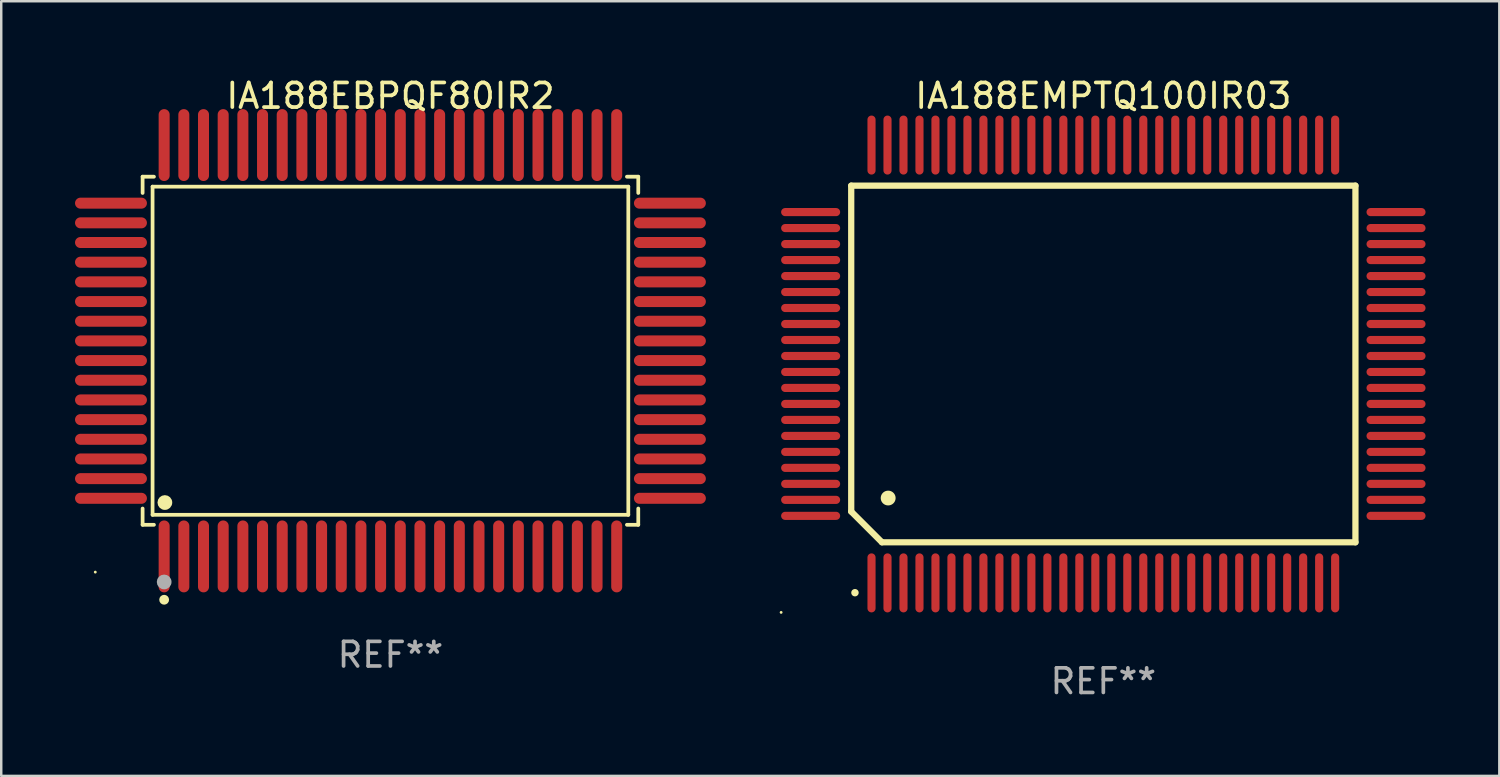
<source format=kicad_pcb>
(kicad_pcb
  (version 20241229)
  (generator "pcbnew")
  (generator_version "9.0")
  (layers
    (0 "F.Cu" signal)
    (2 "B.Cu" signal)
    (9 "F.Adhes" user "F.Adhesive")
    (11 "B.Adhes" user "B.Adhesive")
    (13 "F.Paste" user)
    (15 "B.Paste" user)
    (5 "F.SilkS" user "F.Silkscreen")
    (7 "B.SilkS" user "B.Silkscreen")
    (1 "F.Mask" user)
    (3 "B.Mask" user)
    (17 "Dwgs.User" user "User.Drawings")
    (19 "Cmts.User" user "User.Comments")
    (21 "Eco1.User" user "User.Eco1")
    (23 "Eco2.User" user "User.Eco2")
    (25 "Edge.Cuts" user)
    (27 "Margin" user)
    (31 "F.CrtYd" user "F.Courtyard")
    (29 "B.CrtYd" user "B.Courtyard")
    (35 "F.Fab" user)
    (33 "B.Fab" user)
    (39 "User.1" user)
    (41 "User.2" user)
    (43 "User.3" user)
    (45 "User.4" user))
  (footprint "IA188EMPTQ100IR03"
    (layer "F.Cu")
    (at 41.808 11.748)
    (property "Reference" "IA188EMPTQ100IR03" (at 0 -10.9 0) (layer "F.SilkS") (effects (font (size 1 1) (thickness 0.15))))
    (attr through_hole)
    (fp_line (start -10.25 -7.25) (end 10.25 -7.25) (stroke (width 0.254) (type solid)) (layer "F.SilkS"))
    (fp_line (start -10.25 6) (end -10.25 -7.25) (stroke (width 0.254) (type solid)) (layer "F.SilkS"))
    (fp_line (start -9 7.25) (end -10.25 6) (stroke (width 0.254) (type solid)) (layer "F.SilkS"))
    (fp_line (start 10.25 -7.25) (end 10.25 7.25) (stroke (width 0.254) (type solid)) (layer "F.SilkS"))
    (fp_line (start 10.25 7.25) (end -9 7.25) (stroke (width 0.254) (type solid)) (layer "F.SilkS"))
    (fp_arc (start -10.09906 9.298959) (mid -10.09779 9.298954) (end -10.09652 9.298959) (stroke (width 0.3) (type solid)) (layer "F.SilkS"))
    (fp_arc (start -8.750318 5.450851) (mid -8.747778 5.45084) (end -8.745238 5.450851) (stroke (width 0.6) (type solid)) (layer "F.SilkS"))
    (fp_circle (center -13.1 10.1) (end -13.07 10.1) (stroke (width 0.06) (type solid)) (fill no) (layer "F.SilkS"))
    (fp_text user "REF**" (at 0 12.9 0) (layer "F.Fab") (effects (font (size 1 1) (thickness 0.15))))
    (pad "1" smd oval (at -9.425 8.9 180) (size 0.33 2.4) (layers "F.Cu" "F.Mask" "F.Paste"))
    (pad "2" smd oval (at -8.775 8.9 180) (size 0.33 2.4) (layers "F.Cu" "F.Mask" "F.Paste"))
    (pad "3" smd oval (at -8.125 8.9 180) (size 0.33 2.4) (layers "F.Cu" "F.Mask" "F.Paste"))
    (pad "4" smd oval (at -7.475 8.9 180) (size 0.33 2.4) (layers "F.Cu" "F.Mask" "F.Paste"))
    (pad "5" smd oval (at -6.825 8.9 180) (size 0.33 2.4) (layers "F.Cu" "F.Mask" "F.Paste"))
    (pad "6" smd oval (at -6.175 8.9 180) (size 0.33 2.4) (layers "F.Cu" "F.Mask" "F.Paste"))
    (pad "7" smd oval (at -5.525 8.9 180) (size 0.33 2.4) (layers "F.Cu" "F.Mask" "F.Paste"))
    (pad "8" smd oval (at -4.875 8.9 180) (size 0.33 2.4) (layers "F.Cu" "F.Mask" "F.Paste"))
    (pad "9" smd oval (at -4.225 8.9 180) (size 0.33 2.4) (layers "F.Cu" "F.Mask" "F.Paste"))
    (pad "10" smd oval (at -3.575 8.9 180) (size 0.33 2.4) (layers "F.Cu" "F.Mask" "F.Paste"))
    (pad "11" smd oval (at -2.925 8.9 180) (size 0.33 2.4) (layers "F.Cu" "F.Mask" "F.Paste"))
    (pad "12" smd oval (at -2.275 8.9 180) (size 0.33 2.4) (layers "F.Cu" "F.Mask" "F.Paste"))
    (pad "13" smd oval (at -1.625 8.9 180) (size 0.33 2.4) (layers "F.Cu" "F.Mask" "F.Paste"))
    (pad "14" smd oval (at -0.975 8.9 180) (size 0.33 2.4) (layers "F.Cu" "F.Mask" "F.Paste"))
    (pad "15" smd oval (at -0.325 8.9 180) (size 0.33 2.4) (layers "F.Cu" "F.Mask" "F.Paste"))
    (pad "16" smd oval (at 0.325 8.9 180) (size 0.33 2.4) (layers "F.Cu" "F.Mask" "F.Paste"))
    (pad "17" smd oval (at 0.975 8.9 180) (size 0.33 2.4) (layers "F.Cu" "F.Mask" "F.Paste"))
    (pad "18" smd oval (at 1.625 8.9 180) (size 0.33 2.4) (layers "F.Cu" "F.Mask" "F.Paste"))
    (pad "19" smd oval (at 2.275 8.9 180) (size 0.33 2.4) (layers "F.Cu" "F.Mask" "F.Paste"))
    (pad "20" smd oval (at 2.925 8.9 180) (size 0.33 2.4) (layers "F.Cu" "F.Mask" "F.Paste"))
    (pad "21" smd oval (at 3.575 8.9 180) (size 0.33 2.4) (layers "F.Cu" "F.Mask" "F.Paste"))
    (pad "22" smd oval (at 4.225 8.9 180) (size 0.33 2.4) (layers "F.Cu" "F.Mask" "F.Paste"))
    (pad "23" smd oval (at 4.875 8.9 180) (size 0.33 2.4) (layers "F.Cu" "F.Mask" "F.Paste"))
    (pad "24" smd oval (at 5.525 8.9 180) (size 0.33 2.4) (layers "F.Cu" "F.Mask" "F.Paste"))
    (pad "25" smd oval (at 6.175 8.9 180) (size 0.33 2.4) (layers "F.Cu" "F.Mask" "F.Paste"))
    (pad "26" smd oval (at 6.825 8.9 180) (size 0.33 2.4) (layers "F.Cu" "F.Mask" "F.Paste"))
    (pad "27" smd oval (at 7.475 8.9 180) (size 0.33 2.4) (layers "F.Cu" "F.Mask" "F.Paste"))
    (pad "28" smd oval (at 8.125 8.9 180) (size 0.33 2.4) (layers "F.Cu" "F.Mask" "F.Paste"))
    (pad "29" smd oval (at 8.775 8.9 180) (size 0.33 2.4) (layers "F.Cu" "F.Mask" "F.Paste"))
    (pad "30" smd oval (at 9.425 8.9 180) (size 0.33 2.4) (layers "F.Cu" "F.Mask" "F.Paste"))
    (pad "31" smd oval (at 11.9 6.175 270) (size 0.33 2.4) (layers "F.Cu" "F.Mask" "F.Paste"))
    (pad "32" smd oval (at 11.9 5.525 270) (size 0.33 2.4) (layers "F.Cu" "F.Mask" "F.Paste"))
    (pad "33" smd oval (at 11.9 4.875 270) (size 0.33 2.4) (layers "F.Cu" "F.Mask" "F.Paste"))
    (pad "34" smd oval (at 11.9 4.225 270) (size 0.33 2.4) (layers "F.Cu" "F.Mask" "F.Paste"))
    (pad "35" smd oval (at 11.9 3.575 270) (size 0.33 2.4) (layers "F.Cu" "F.Mask" "F.Paste"))
    (pad "36" smd oval (at 11.9 2.925 270) (size 0.33 2.4) (layers "F.Cu" "F.Mask" "F.Paste"))
    (pad "37" smd oval (at 11.9 2.275 270) (size 0.33 2.4) (layers "F.Cu" "F.Mask" "F.Paste"))
    (pad "38" smd oval (at 11.9 1.625 270) (size 0.33 2.4) (layers "F.Cu" "F.Mask" "F.Paste"))
    (pad "39" smd oval (at 11.9 0.975 270) (size 0.33 2.4) (layers "F.Cu" "F.Mask" "F.Paste"))
    (pad "40" smd oval (at 11.9 0.325 270) (size 0.33 2.4) (layers "F.Cu" "F.Mask" "F.Paste"))
    (pad "41" smd oval (at 11.9 -0.325 270) (size 0.33 2.4) (layers "F.Cu" "F.Mask" "F.Paste"))
    (pad "42" smd oval (at 11.9 -0.975 270) (size 0.33 2.4) (layers "F.Cu" "F.Mask" "F.Paste"))
    (pad "43" smd oval (at 11.9 -1.625 270) (size 0.33 2.4) (layers "F.Cu" "F.Mask" "F.Paste"))
    (pad "44" smd oval (at 11.9 -2.275 270) (size 0.33 2.4) (layers "F.Cu" "F.Mask" "F.Paste"))
    (pad "45" smd oval (at 11.9 -2.925 270) (size 0.33 2.4) (layers "F.Cu" "F.Mask" "F.Paste"))
    (pad "46" smd oval (at 11.9 -3.575 270) (size 0.33 2.4) (layers "F.Cu" "F.Mask" "F.Paste"))
    (pad "47" smd oval (at 11.9 -4.225 270) (size 0.33 2.4) (layers "F.Cu" "F.Mask" "F.Paste"))
    (pad "48" smd oval (at 11.9 -4.875 270) (size 0.33 2.4) (layers "F.Cu" "F.Mask" "F.Paste"))
    (pad "49" smd oval (at 11.9 -5.525 270) (size 0.33 2.4) (layers "F.Cu" "F.Mask" "F.Paste"))
    (pad "50" smd oval (at 11.9 -6.175 270) (size 0.33 2.4) (layers "F.Cu" "F.Mask" "F.Paste"))
    (pad "51" smd oval (at 9.425 -8.9) (size 0.33 2.4) (layers "F.Cu" "F.Mask" "F.Paste"))
    (pad "52" smd oval (at 8.775 -8.9) (size 0.33 2.4) (layers "F.Cu" "F.Mask" "F.Paste"))
    (pad "53" smd oval (at 8.125 -8.9) (size 0.33 2.4) (layers "F.Cu" "F.Mask" "F.Paste"))
    (pad "54" smd oval (at 7.475 -8.9) (size 0.33 2.4) (layers "F.Cu" "F.Mask" "F.Paste"))
    (pad "55" smd oval (at 6.825 -8.9) (size 0.33 2.4) (layers "F.Cu" "F.Mask" "F.Paste"))
    (pad "56" smd oval (at 6.175 -8.9) (size 0.33 2.4) (layers "F.Cu" "F.Mask" "F.Paste"))
    (pad "57" smd oval (at 5.525 -8.9) (size 0.33 2.4) (layers "F.Cu" "F.Mask" "F.Paste"))
    (pad "58" smd oval (at 4.875 -8.9) (size 0.33 2.4) (layers "F.Cu" "F.Mask" "F.Paste"))
    (pad "59" smd oval (at 4.225 -8.9) (size 0.33 2.4) (layers "F.Cu" "F.Mask" "F.Paste"))
    (pad "60" smd oval (at 3.575 -8.9) (size 0.33 2.4) (layers "F.Cu" "F.Mask" "F.Paste"))
    (pad "61" smd oval (at 2.925 -8.9) (size 0.33 2.4) (layers "F.Cu" "F.Mask" "F.Paste"))
    (pad "62" smd oval (at 2.275 -8.9) (size 0.33 2.4) (layers "F.Cu" "F.Mask" "F.Paste"))
    (pad "63" smd oval (at 1.625 -8.9) (size 0.33 2.4) (layers "F.Cu" "F.Mask" "F.Paste"))
    (pad "64" smd oval (at 0.975 -8.9) (size 0.33 2.4) (layers "F.Cu" "F.Mask" "F.Paste"))
    (pad "65" smd oval (at 0.325 -8.9) (size 0.33 2.4) (layers "F.Cu" "F.Mask" "F.Paste"))
    (pad "66" smd oval (at -0.325 -8.9) (size 0.33 2.4) (layers "F.Cu" "F.Mask" "F.Paste"))
    (pad "67" smd oval (at -0.975 -8.9) (size 0.33 2.4) (layers "F.Cu" "F.Mask" "F.Paste"))
    (pad "68" smd oval (at -1.625 -8.9) (size 0.33 2.4) (layers "F.Cu" "F.Mask" "F.Paste"))
    (pad "69" smd oval (at -2.275 -8.9) (size 0.33 2.4) (layers "F.Cu" "F.Mask" "F.Paste"))
    (pad "70" smd oval (at -2.925 -8.9) (size 0.33 2.4) (layers "F.Cu" "F.Mask" "F.Paste"))
    (pad "71" smd oval (at -3.575 -8.9) (size 0.33 2.4) (layers "F.Cu" "F.Mask" "F.Paste"))
    (pad "72" smd oval (at -4.225 -8.9) (size 0.33 2.4) (layers "F.Cu" "F.Mask" "F.Paste"))
    (pad "73" smd oval (at -4.875 -8.9) (size 0.33 2.4) (layers "F.Cu" "F.Mask" "F.Paste"))
    (pad "74" smd oval (at -5.525 -8.9) (size 0.33 2.4) (layers "F.Cu" "F.Mask" "F.Paste"))
    (pad "75" smd oval (at -6.175 -8.9) (size 0.33 2.4) (layers "F.Cu" "F.Mask" "F.Paste"))
    (pad "76" smd oval (at -6.825 -8.9) (size 0.33 2.4) (layers "F.Cu" "F.Mask" "F.Paste"))
    (pad "77" smd oval (at -7.475 -8.9) (size 0.33 2.4) (layers "F.Cu" "F.Mask" "F.Paste"))
    (pad "78" smd oval (at -8.125 -8.9) (size 0.33 2.4) (layers "F.Cu" "F.Mask" "F.Paste"))
    (pad "79" smd oval (at -8.775 -8.9) (size 0.33 2.4) (layers "F.Cu" "F.Mask" "F.Paste"))
    (pad "80" smd oval (at -9.425 -8.9) (size 0.33 2.4) (layers "F.Cu" "F.Mask" "F.Paste"))
    (pad "81" smd oval (at -11.9 -6.175 90) (size 0.33 2.4) (layers "F.Cu" "F.Mask" "F.Paste"))
    (pad "82" smd oval (at -11.9 -5.525 90) (size 0.33 2.4) (layers "F.Cu" "F.Mask" "F.Paste"))
    (pad "83" smd oval (at -11.9 -4.875 90) (size 0.33 2.4) (layers "F.Cu" "F.Mask" "F.Paste"))
    (pad "84" smd oval (at -11.9 -4.225 90) (size 0.33 2.4) (layers "F.Cu" "F.Mask" "F.Paste"))
    (pad "85" smd oval (at -11.9 -3.575 90) (size 0.33 2.4) (layers "F.Cu" "F.Mask" "F.Paste"))
    (pad "86" smd oval (at -11.9 -2.925 90) (size 0.33 2.4) (layers "F.Cu" "F.Mask" "F.Paste"))
    (pad "87" smd oval (at -11.9 -2.275 90) (size 0.33 2.4) (layers "F.Cu" "F.Mask" "F.Paste"))
    (pad "88" smd oval (at -11.9 -1.625 90) (size 0.33 2.4) (layers "F.Cu" "F.Mask" "F.Paste"))
    (pad "89" smd oval (at -11.9 -0.975 90) (size 0.33 2.4) (layers "F.Cu" "F.Mask" "F.Paste"))
    (pad "90" smd oval (at -11.9 -0.325 90) (size 0.33 2.4) (layers "F.Cu" "F.Mask" "F.Paste"))
    (pad "91" smd oval (at -11.9 0.325 90) (size 0.33 2.4) (layers "F.Cu" "F.Mask" "F.Paste"))
    (pad "92" smd oval (at -11.9 0.975 90) (size 0.33 2.4) (layers "F.Cu" "F.Mask" "F.Paste"))
    (pad "93" smd oval (at -11.9 1.625 90) (size 0.33 2.4) (layers "F.Cu" "F.Mask" "F.Paste"))
    (pad "94" smd oval (at -11.9 2.275 90) (size 0.33 2.4) (layers "F.Cu" "F.Mask" "F.Paste"))
    (pad "95" smd oval (at -11.9 2.925 90) (size 0.33 2.4) (layers "F.Cu" "F.Mask" "F.Paste"))
    (pad "96" smd oval (at -11.9 3.575 90) (size 0.33 2.4) (layers "F.Cu" "F.Mask" "F.Paste"))
    (pad "97" smd oval (at -11.9 4.225 90) (size 0.33 2.4) (layers "F.Cu" "F.Mask" "F.Paste"))
    (pad "98" smd oval (at -11.9 4.875 90) (size 0.33 2.4) (layers "F.Cu" "F.Mask" "F.Paste"))
    (pad "99" smd oval (at -11.9 5.525 90) (size 0.33 2.4) (layers "F.Cu" "F.Mask" "F.Paste"))
    (pad "100" smd oval (at -11.9 6.175 90) (size 0.33 2.4) (layers "F.Cu" "F.Mask" "F.Paste")))
  (footprint "IA188EBPQF80IR2"
    (layer "F.Cu")
    (at 12.824 11.21)
    (property "Reference" "IA188EBPQF80IR2" (at 0 -10.362 0) (layer "F.SilkS") (effects (font (size 1 1) (thickness 0.15))))
    (attr through_hole)
    (fp_line (start -10.076 -7.076) (end -9.615 -7.076) (stroke (width 0.152) (type solid)) (layer "F.SilkS"))
    (fp_line (start -10.076 -6.415) (end -10.076 -7.076) (stroke (width 0.152) (type solid)) (layer "F.SilkS"))
    (fp_line (start -10.076 6.415) (end -10.076 7.076) (stroke (width 0.152) (type solid)) (layer "F.SilkS"))
    (fp_line (start -10.076 7.076) (end -9.615 7.076) (stroke (width 0.152) (type solid)) (layer "F.SilkS"))
    (fp_line (start -9.671 -6.671) (end 9.671 -6.671) (stroke (width 0.152) (type solid)) (layer "F.SilkS"))
    (fp_line (start -9.671 6.671) (end -9.671 -6.671) (stroke (width 0.152) (type solid)) (layer "F.SilkS"))
    (fp_line (start 9.671 -6.671) (end 9.671 6.671) (stroke (width 0.152) (type solid)) (layer "F.SilkS"))
    (fp_line (start 9.671 6.671) (end -9.671 6.671) (stroke (width 0.152) (type solid)) (layer "F.SilkS"))
    (fp_line (start 10.076 -7.076) (end 9.615 -7.076) (stroke (width 0.152) (type solid)) (layer "F.SilkS"))
    (fp_line (start 10.076 -6.415) (end 10.076 -7.076) (stroke (width 0.152) (type solid)) (layer "F.SilkS"))
    (fp_line (start 10.076 6.415) (end 10.076 7.076) (stroke (width 0.152) (type solid)) (layer "F.SilkS"))
    (fp_line (start 10.076 7.076) (end 9.615 7.076) (stroke (width 0.152) (type solid)) (layer "F.SilkS"))
    (fp_circle (center -12 9) (end -11.97 9) (stroke (width 0.06) (type solid)) (fill no) (layer "F.SilkS"))
    (fp_circle (center -9.2 10.124) (end -9.1 10.124) (stroke (width 0.2) (type solid)) (fill no) (layer "F.SilkS"))
    (fp_circle (center -9.171 6.171) (end -9.021 6.171) (stroke (width 0.3) (type solid)) (fill no) (layer "F.SilkS"))
    (fp_circle (center -9.2 9.4) (end -9.05 9.4) (stroke (width 0.3) (type solid)) (fill no) (layer "F.Fab"))
    (fp_text user "REF**" (at 0 12.362 0) (layer "F.Fab") (effects (font (size 1 1) (thickness 0.15))))
    (pad "1" smd oval (at -9.2 8.362) (size 0.448 2.924) (layers "F.Cu" "F.Mask" "F.Paste"))
    (pad "2" smd oval (at -8.4 8.362) (size 0.448 2.924) (layers "F.Cu" "F.Mask" "F.Paste"))
    (pad "3" smd oval (at -7.6 8.362) (size 0.448 2.924) (layers "F.Cu" "F.Mask" "F.Paste"))
    (pad "4" smd oval (at -6.8 8.362) (size 0.448 2.924) (layers "F.Cu" "F.Mask" "F.Paste"))
    (pad "5" smd oval (at -6 8.362) (size 0.448 2.924) (layers "F.Cu" "F.Mask" "F.Paste"))
    (pad "6" smd oval (at -5.2 8.362) (size 0.448 2.924) (layers "F.Cu" "F.Mask" "F.Paste"))
    (pad "7" smd oval (at -4.4 8.362) (size 0.448 2.924) (layers "F.Cu" "F.Mask" "F.Paste"))
    (pad "8" smd oval (at -3.6 8.362) (size 0.448 2.924) (layers "F.Cu" "F.Mask" "F.Paste"))
    (pad "9" smd oval (at -2.8 8.362) (size 0.448 2.924) (layers "F.Cu" "F.Mask" "F.Paste"))
    (pad "10" smd oval (at -2 8.362) (size 0.448 2.924) (layers "F.Cu" "F.Mask" "F.Paste"))
    (pad "11" smd oval (at -1.2 8.362) (size 0.448 2.924) (layers "F.Cu" "F.Mask" "F.Paste"))
    (pad "12" smd oval (at -0.4 8.362) (size 0.448 2.924) (layers "F.Cu" "F.Mask" "F.Paste"))
    (pad "13" smd oval (at 0.4 8.362) (size 0.448 2.924) (layers "F.Cu" "F.Mask" "F.Paste"))
    (pad "14" smd oval (at 1.2 8.362) (size 0.448 2.924) (layers "F.Cu" "F.Mask" "F.Paste"))
    (pad "15" smd oval (at 2 8.362) (size 0.448 2.924) (layers "F.Cu" "F.Mask" "F.Paste"))
    (pad "16" smd oval (at 2.8 8.362) (size 0.448 2.924) (layers "F.Cu" "F.Mask" "F.Paste"))
    (pad "17" smd oval (at 3.6 8.362) (size 0.448 2.924) (layers "F.Cu" "F.Mask" "F.Paste"))
    (pad "18" smd oval (at 4.4 8.362) (size 0.448 2.924) (layers "F.Cu" "F.Mask" "F.Paste"))
    (pad "19" smd oval (at 5.2 8.362) (size 0.448 2.924) (layers "F.Cu" "F.Mask" "F.Paste"))
    (pad "20" smd oval (at 6 8.362) (size 0.448 2.924) (layers "F.Cu" "F.Mask" "F.Paste"))
    (pad "21" smd oval (at 6.8 8.362) (size 0.448 2.924) (layers "F.Cu" "F.Mask" "F.Paste"))
    (pad "22" smd oval (at 7.6 8.362) (size 0.448 2.924) (layers "F.Cu" "F.Mask" "F.Paste"))
    (pad "23" smd oval (at 8.4 8.362) (size 0.448 2.924) (layers "F.Cu" "F.Mask" "F.Paste"))
    (pad "24" smd oval (at 9.2 8.362) (size 0.448 2.924) (layers "F.Cu" "F.Mask" "F.Paste"))
    (pad "25" smd oval (at 11.362 6) (size 2.924 0.448) (layers "F.Cu" "F.Mask" "F.Paste"))
    (pad "26" smd oval (at 11.362 5.2) (size 2.924 0.448) (layers "F.Cu" "F.Mask" "F.Paste"))
    (pad "27" smd oval (at 11.362 4.4) (size 2.924 0.448) (layers "F.Cu" "F.Mask" "F.Paste"))
    (pad "28" smd oval (at 11.362 3.6) (size 2.924 0.448) (layers "F.Cu" "F.Mask" "F.Paste"))
    (pad "29" smd oval (at 11.362 2.8) (size 2.924 0.448) (layers "F.Cu" "F.Mask" "F.Paste"))
    (pad "30" smd oval (at 11.362 2) (size 2.924 0.448) (layers "F.Cu" "F.Mask" "F.Paste"))
    (pad "31" smd oval (at 11.362 1.2) (size 2.924 0.448) (layers "F.Cu" "F.Mask" "F.Paste"))
    (pad "32" smd oval (at 11.362 0.4) (size 2.924 0.448) (layers "F.Cu" "F.Mask" "F.Paste"))
    (pad "33" smd oval (at 11.362 -0.4) (size 2.924 0.448) (layers "F.Cu" "F.Mask" "F.Paste"))
    (pad "34" smd oval (at 11.362 -1.2) (size 2.924 0.448) (layers "F.Cu" "F.Mask" "F.Paste"))
    (pad "35" smd oval (at 11.362 -2) (size 2.924 0.448) (layers "F.Cu" "F.Mask" "F.Paste"))
    (pad "36" smd oval (at 11.362 -2.8) (size 2.924 0.448) (layers "F.Cu" "F.Mask" "F.Paste"))
    (pad "37" smd oval (at 11.362 -3.6) (size 2.924 0.448) (layers "F.Cu" "F.Mask" "F.Paste"))
    (pad "38" smd oval (at 11.362 -4.4) (size 2.924 0.448) (layers "F.Cu" "F.Mask" "F.Paste"))
    (pad "39" smd oval (at 11.362 -5.2) (size 2.924 0.448) (layers "F.Cu" "F.Mask" "F.Paste"))
    (pad "40" smd oval (at 11.362 -6) (size 2.924 0.448) (layers "F.Cu" "F.Mask" "F.Paste"))
    (pad "41" smd oval (at 9.2 -8.362) (size 0.448 2.924) (layers "F.Cu" "F.Mask" "F.Paste"))
    (pad "42" smd oval (at 8.4 -8.362) (size 0.448 2.924) (layers "F.Cu" "F.Mask" "F.Paste"))
    (pad "43" smd oval (at 7.6 -8.362) (size 0.448 2.924) (layers "F.Cu" "F.Mask" "F.Paste"))
    (pad "44" smd oval (at 6.8 -8.362) (size 0.448 2.924) (layers "F.Cu" "F.Mask" "F.Paste"))
    (pad "45" smd oval (at 6 -8.362) (size 0.448 2.924) (layers "F.Cu" "F.Mask" "F.Paste"))
    (pad "46" smd oval (at 5.2 -8.362) (size 0.448 2.924) (layers "F.Cu" "F.Mask" "F.Paste"))
    (pad "47" smd oval (at 4.4 -8.362) (size 0.448 2.924) (layers "F.Cu" "F.Mask" "F.Paste"))
    (pad "48" smd oval (at 3.6 -8.362) (size 0.448 2.924) (layers "F.Cu" "F.Mask" "F.Paste"))
    (pad "49" smd oval (at 2.8 -8.362) (size 0.448 2.924) (layers "F.Cu" "F.Mask" "F.Paste"))
    (pad "50" smd oval (at 2 -8.362) (size 0.448 2.924) (layers "F.Cu" "F.Mask" "F.Paste"))
    (pad "51" smd oval (at 1.2 -8.362) (size 0.448 2.924) (layers "F.Cu" "F.Mask" "F.Paste"))
    (pad "52" smd oval (at 0.4 -8.362) (size 0.448 2.924) (layers "F.Cu" "F.Mask" "F.Paste"))
    (pad "53" smd oval (at -0.4 -8.362) (size 0.448 2.924) (layers "F.Cu" "F.Mask" "F.Paste"))
    (pad "54" smd oval (at -1.2 -8.362) (size 0.448 2.924) (layers "F.Cu" "F.Mask" "F.Paste"))
    (pad "55" smd oval (at -2 -8.362) (size 0.448 2.924) (layers "F.Cu" "F.Mask" "F.Paste"))
    (pad "56" smd oval (at -2.8 -8.362) (size 0.448 2.924) (layers "F.Cu" "F.Mask" "F.Paste"))
    (pad "57" smd oval (at -3.6 -8.362) (size 0.448 2.924) (layers "F.Cu" "F.Mask" "F.Paste"))
    (pad "58" smd oval (at -4.4 -8.362) (size 0.448 2.924) (layers "F.Cu" "F.Mask" "F.Paste"))
    (pad "59" smd oval (at -5.2 -8.362) (size 0.448 2.924) (layers "F.Cu" "F.Mask" "F.Paste"))
    (pad "60" smd oval (at -6 -8.362) (size 0.448 2.924) (layers "F.Cu" "F.Mask" "F.Paste"))
    (pad "61" smd oval (at -6.8 -8.362) (size 0.448 2.924) (layers "F.Cu" "F.Mask" "F.Paste"))
    (pad "62" smd oval (at -7.6 -8.362) (size 0.448 2.924) (layers "F.Cu" "F.Mask" "F.Paste"))
    (pad "63" smd oval (at -8.4 -8.362) (size 0.448 2.924) (layers "F.Cu" "F.Mask" "F.Paste"))
    (pad "64" smd oval (at -9.2 -8.362) (size 0.448 2.924) (layers "F.Cu" "F.Mask" "F.Paste"))
    (pad "65" smd oval (at -11.362 -6) (size 2.924 0.448) (layers "F.Cu" "F.Mask" "F.Paste"))
    (pad "66" smd oval (at -11.362 -5.2) (size 2.924 0.448) (layers "F.Cu" "F.Mask" "F.Paste"))
    (pad "67" smd oval (at -11.362 -4.4) (size 2.924 0.448) (layers "F.Cu" "F.Mask" "F.Paste"))
    (pad "68" smd oval (at -11.362 -3.6) (size 2.924 0.448) (layers "F.Cu" "F.Mask" "F.Paste"))
    (pad "69" smd oval (at -11.362 -2.8) (size 2.924 0.448) (layers "F.Cu" "F.Mask" "F.Paste"))
    (pad "70" smd oval (at -11.362 -2) (size 2.924 0.448) (layers "F.Cu" "F.Mask" "F.Paste"))
    (pad "71" smd oval (at -11.362 -1.2) (size 2.924 0.448) (layers "F.Cu" "F.Mask" "F.Paste"))
    (pad "72" smd oval (at -11.362 -0.4) (size 2.924 0.448) (layers "F.Cu" "F.Mask" "F.Paste"))
    (pad "73" smd oval (at -11.362 0.4) (size 2.924 0.448) (layers "F.Cu" "F.Mask" "F.Paste"))
    (pad "74" smd oval (at -11.362 1.2) (size 2.924 0.448) (layers "F.Cu" "F.Mask" "F.Paste"))
    (pad "75" smd oval (at -11.362 2) (size 2.924 0.448) (layers "F.Cu" "F.Mask" "F.Paste"))
    (pad "76" smd oval (at -11.362 2.8) (size 2.924 0.448) (layers "F.Cu" "F.Mask" "F.Paste"))
    (pad "77" smd oval (at -11.362 3.6) (size 2.924 0.448) (layers "F.Cu" "F.Mask" "F.Paste"))
    (pad "78" smd oval (at -11.362 4.4) (size 2.924 0.448) (layers "F.Cu" "F.Mask" "F.Paste"))
    (pad "79" smd oval (at -11.362 5.2) (size 2.924 0.448) (layers "F.Cu" "F.Mask" "F.Paste"))
    (pad "80" smd oval (at -11.362 6) (size 2.924 0.448) (layers "F.Cu" "F.Mask" "F.Paste")))
  (gr_rect
    (start -3 -3)
    (end 57.908 28.496)
    (stroke (width 0.1) (type default))
    (fill no)
    (layer "Edge.Cuts")))
</source>
